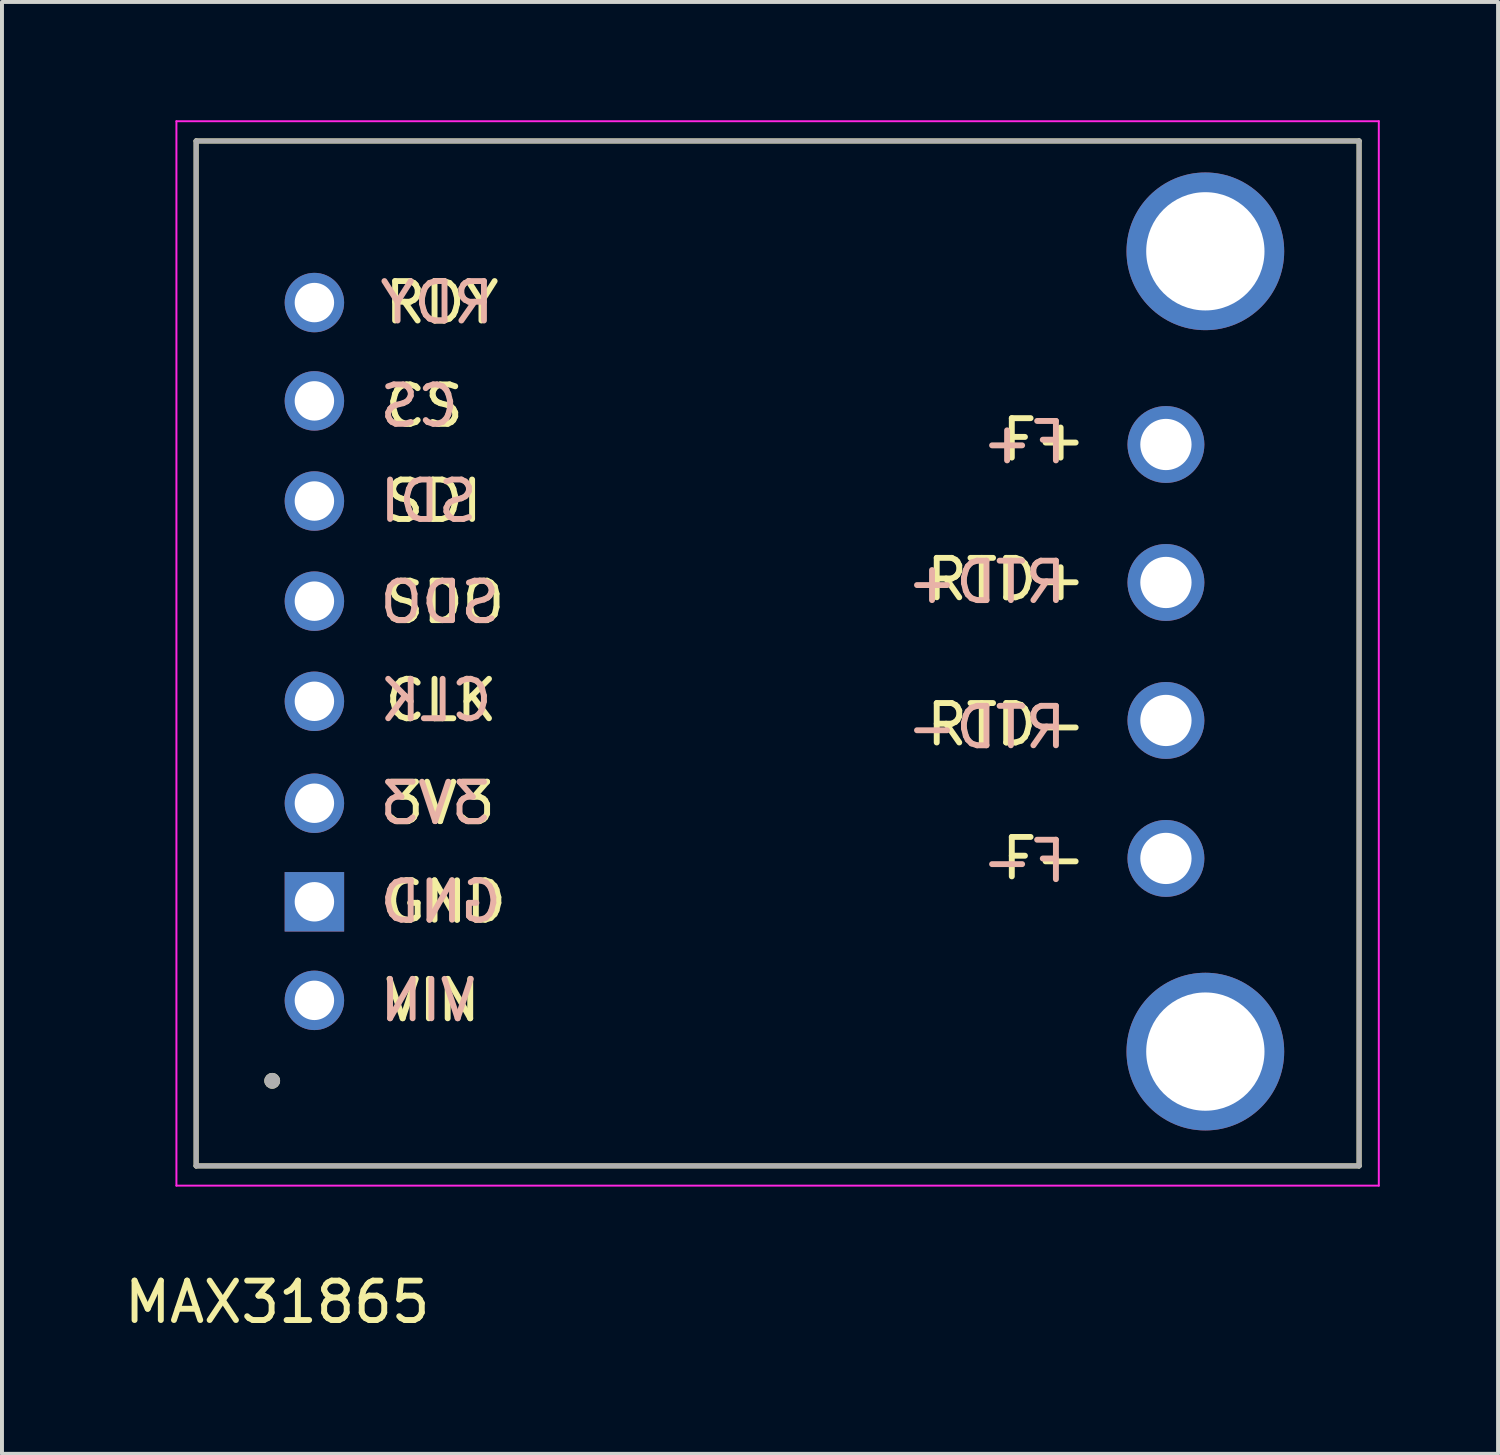
<source format=kicad_pcb>
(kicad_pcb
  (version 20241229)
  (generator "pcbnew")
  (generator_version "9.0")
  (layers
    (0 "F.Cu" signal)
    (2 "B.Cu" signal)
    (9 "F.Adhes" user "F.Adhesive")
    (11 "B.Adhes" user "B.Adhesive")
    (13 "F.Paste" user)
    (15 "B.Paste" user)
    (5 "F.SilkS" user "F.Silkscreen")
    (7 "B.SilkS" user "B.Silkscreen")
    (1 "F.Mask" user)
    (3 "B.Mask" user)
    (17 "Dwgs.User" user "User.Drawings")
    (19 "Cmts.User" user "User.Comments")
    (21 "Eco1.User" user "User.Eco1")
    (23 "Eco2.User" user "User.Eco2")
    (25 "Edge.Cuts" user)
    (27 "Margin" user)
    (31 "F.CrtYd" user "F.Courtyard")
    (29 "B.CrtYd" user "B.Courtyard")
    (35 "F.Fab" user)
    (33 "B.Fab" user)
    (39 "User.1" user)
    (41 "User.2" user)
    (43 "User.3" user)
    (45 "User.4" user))
  (footprint "MAX31865"
    (layer "F.Cu")
    (at 1.925 26.525)
    (property "Reference" "MAX31865" (at 2.057 3.454 0) (layer "F.SilkS") (effects (font (size 1 1) (thickness 0.15))))
    (attr through_hole)
    (fp_line (start 0 -26) (end 0 0) (stroke (width 0.127) (type solid)) (layer "F.SilkS"))
    (fp_line (start 29.5 -26) (end 0 -26) (stroke (width 0.127) (type solid)) (layer "F.SilkS"))
    (fp_line (start 29.5 -26) (end 29.5 0) (stroke (width 0.127) (type solid)) (layer "F.SilkS"))
    (fp_line (start 29.5 0) (end 0 0) (stroke (width 0.127) (type solid)) (layer "F.SilkS"))
    (fp_circle (center 1.93 -2.159) (end 2.03 -2.159) (stroke (width 0.2) (type solid)) (fill no) (layer "F.SilkS"))
    (fp_line (start -0.5 -26.5) (end -0.5 0.5) (stroke (width 0.05) (type solid)) (layer "F.CrtYd"))
    (fp_line (start 30 -26.5) (end -0.5 -26.5) (stroke (width 0.05) (type solid)) (layer "F.CrtYd"))
    (fp_line (start 30 0.5) (end -0.5 0.5) (stroke (width 0.05) (type solid)) (layer "F.CrtYd"))
    (fp_line (start 30 0.5) (end 30 -26.5) (stroke (width 0.05) (type solid)) (layer "F.CrtYd"))
    (fp_line (start 0 0) (end 0 -26) (stroke (width 0.127) (type solid)) (layer "F.Fab"))
    (fp_line (start 29.5 -26) (end 0 -26) (stroke (width 0.127) (type solid)) (layer "F.Fab"))
    (fp_line (start 29.5 -26) (end 29.5 0) (stroke (width 0.127) (type solid)) (layer "F.Fab"))
    (fp_line (start 29.5 0) (end 0 0) (stroke (width 0.127) (type solid)) (layer "F.Fab"))
    (fp_circle (center 1.93 -2.159) (end 2.03 -2.159) (stroke (width 0.2) (type solid)) (fill no) (layer "F.Fab"))
    (fp_text user "RTD-" (at 20.548 -11.196 0) (layer "F.SilkS") (effects (font (size 1 1) (thickness 0.15))))
    (fp_text user "RDY" (at 6.238 -21.9 0) (layer "F.SilkS") (effects (font (size 1 1) (thickness 0.15))))
    (fp_text user "CS" (at 5.786 -19.279 0) (layer "F.SilkS") (effects (font (size 1 1) (thickness 0.15))))
    (fp_text user "RTD+" (at 20.548 -14.879 0) (layer "F.SilkS") (effects (font (size 1 1) (thickness 0.15))))
    (fp_text user "3V3" (at 6.19 -9.2 0) (layer "F.SilkS") (effects (font (size 1 1) (thickness 0.15))))
    (fp_text user "SDI" (at 6.024 -16.866 0) (layer "F.SilkS") (effects (font (size 1 1) (thickness 0.15))))
    (fp_text user "VIN" (at 6 -4.2 0) (layer "F.SilkS") (effects (font (size 1 1) (thickness 0.15))))
    (fp_text user "F-" (at 21.5 -7.8 0) (layer "F.SilkS") (effects (font (size 1 1) (thickness 0.15))))
    (fp_text user "CLK" (at 6.214 -11.811 0) (layer "F.SilkS") (effects (font (size 1 1) (thickness 0.15))))
    (fp_text user "GND" (at 6.333 -6.7 0) (layer "F.SilkS") (effects (font (size 1 1) (thickness 0.15))))
    (fp_text user "SDO" (at 6.31 -14.3 0) (layer "F.SilkS") (effects (font (size 1 1) (thickness 0.15))))
    (fp_text user "F+" (at 21.5 -18.423 0) (layer "F.SilkS") (effects (font (size 1 1) (thickness 0.15))))
    (fp_text user "SDI" (at 5.896 -16.866 0) (layer "B.SilkS") (effects (font (size 1 1) (thickness 0.15)) (justify mirror)))
    (fp_text user "CS" (at 5.658 -19.279 0) (layer "B.SilkS") (effects (font (size 1 1) (thickness 0.15)) (justify mirror)))
    (fp_text user "VIN" (at 5.872 -4.2 0) (layer "B.SilkS") (effects (font (size 1 1) (thickness 0.15)) (justify mirror)))
    (fp_text user "3V3" (at 6.063 -9.2 0) (layer "B.SilkS") (effects (font (size 1 1) (thickness 0.15)) (justify mirror)))
    (fp_text user "GND" (at 6.205 -6.7 0) (layer "B.SilkS") (effects (font (size 1 1) (thickness 0.15)) (justify mirror)))
    (fp_text user "SDO" (at 6.182 -14.3 0) (layer "B.SilkS") (effects (font (size 1 1) (thickness 0.15)) (justify mirror)))
    (fp_text user "RTD-" (at 20.048 -11.125 0) (layer "B.SilkS") (effects (font (size 1 1) (thickness 0.15)) (justify mirror)))
    (fp_text user "F+" (at 21 -18.352 0) (layer "B.SilkS") (effects (font (size 1 1) (thickness 0.15)) (justify mirror)))
    (fp_text user "F-" (at 21 -7.729 0) (layer "B.SilkS") (effects (font (size 1 1) (thickness 0.15)) (justify mirror)))
    (fp_text user "RDY" (at 6.11 -21.9 0) (layer "B.SilkS") (effects (font (size 1 1) (thickness 0.15)) (justify mirror)))
    (fp_text user "CLK" (at 6.086 -11.811 0) (layer "B.SilkS") (effects (font (size 1 1) (thickness 0.15)) (justify mirror)))
    (fp_text user "RTD+" (at 20.048 -14.808 0) (layer "B.SilkS") (effects (font (size 1 1) (thickness 0.15)) (justify mirror)))
    (pad "1" thru_hole circle (at 3 -4.2 90) (size 1.508 1.508) (drill 1) (layers "*.Cu" "*.Mask"))
    (pad "1" thru_hole circle (at 24.6 -7.8) (size 1.95 1.95) (drill 1.3) (layers "*.Cu" "*.Mask"))
    (pad "2" thru_hole rect (at 3 -6.7 90) (size 1.508 1.508) (drill 1) (layers "*.Cu" "*.Mask"))
    (pad "2" thru_hole circle (at 24.6 -11.3) (size 1.95 1.95) (drill 1.3) (layers "*.Cu" "*.Mask"))
    (pad "3" thru_hole circle (at 3 -9.2 90) (size 1.508 1.508) (drill 1) (layers "*.Cu" "*.Mask"))
    (pad "3" thru_hole circle (at 24.6 -14.8) (size 1.95 1.95) (drill 1.3) (layers "*.Cu" "*.Mask"))
    (pad "4" thru_hole circle (at 3 -11.786 90) (size 1.508 1.508) (drill 1) (layers "*.Cu" "*.Mask"))
    (pad "4" thru_hole circle (at 24.6 -18.3) (size 1.95 1.95) (drill 1.3) (layers "*.Cu" "*.Mask"))
    (pad "5" thru_hole circle (at 3 -14.326 90) (size 1.508 1.508) (drill 1) (layers "*.Cu" "*.Mask"))
    (pad "6" thru_hole circle (at 3 -16.866 90) (size 1.508 1.508) (drill 1) (layers "*.Cu" "*.Mask"))
    (pad "7" thru_hole circle (at 3 -19.406 90) (size 1.508 1.508) (drill 1) (layers "*.Cu" "*.Mask"))
    (pad "8" thru_hole circle (at 3 -21.9 90) (size 1.508 1.508) (drill 1) (layers "*.Cu" "*.Mask"))
    (pad "P1" thru_hole circle (at 25.6 -23.2) (size 4 4) (drill 3) (layers "*.Cu" "*.Mask"))
    (pad "P2" thru_hole circle (at 25.6 -2.9) (size 4 4) (drill 3) (layers "*.Cu" "*.Mask")))
  (gr_rect
    (start -3 -3)
    (end 34.95 33.828)
    (stroke (width 0.1) (type default))
    (fill no)
    (layer "Edge.Cuts")))
</source>
